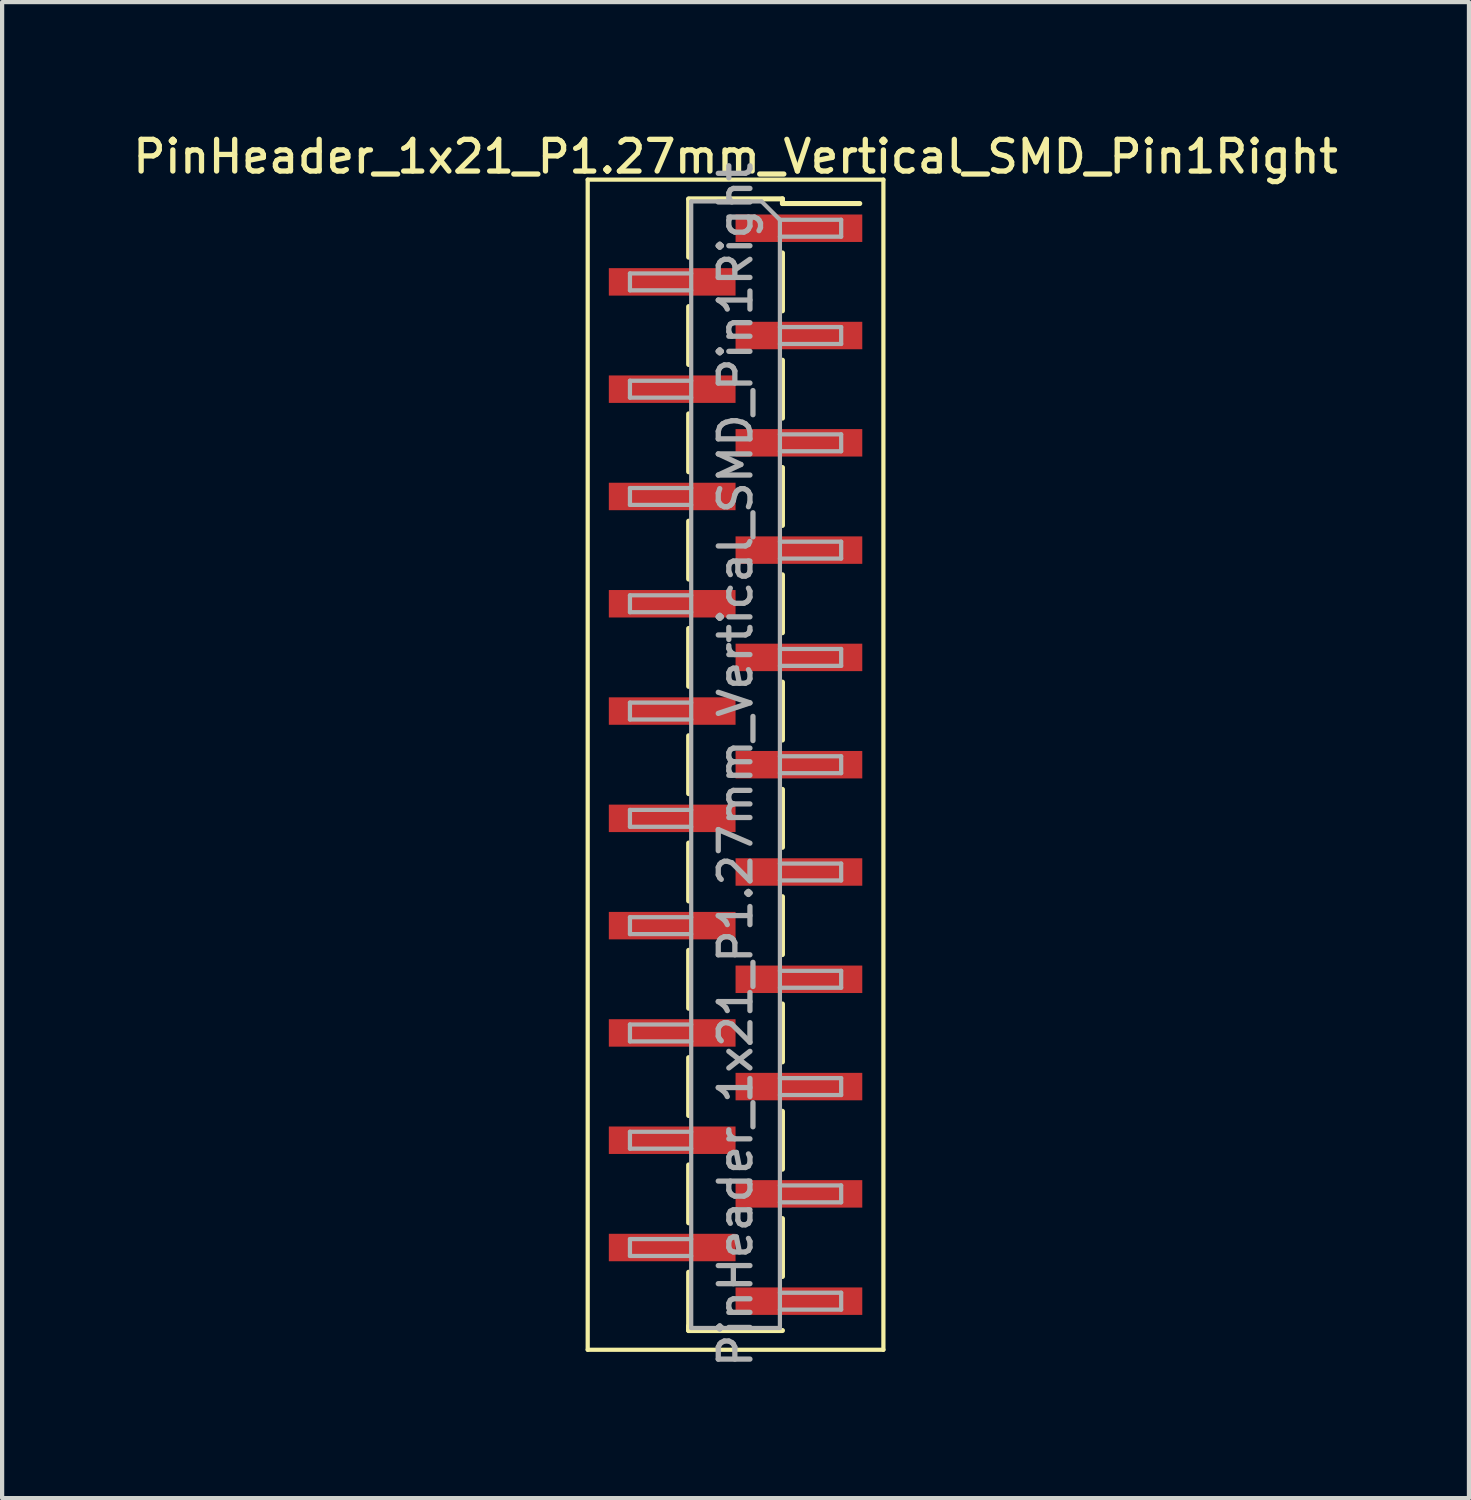
<source format=kicad_pcb>
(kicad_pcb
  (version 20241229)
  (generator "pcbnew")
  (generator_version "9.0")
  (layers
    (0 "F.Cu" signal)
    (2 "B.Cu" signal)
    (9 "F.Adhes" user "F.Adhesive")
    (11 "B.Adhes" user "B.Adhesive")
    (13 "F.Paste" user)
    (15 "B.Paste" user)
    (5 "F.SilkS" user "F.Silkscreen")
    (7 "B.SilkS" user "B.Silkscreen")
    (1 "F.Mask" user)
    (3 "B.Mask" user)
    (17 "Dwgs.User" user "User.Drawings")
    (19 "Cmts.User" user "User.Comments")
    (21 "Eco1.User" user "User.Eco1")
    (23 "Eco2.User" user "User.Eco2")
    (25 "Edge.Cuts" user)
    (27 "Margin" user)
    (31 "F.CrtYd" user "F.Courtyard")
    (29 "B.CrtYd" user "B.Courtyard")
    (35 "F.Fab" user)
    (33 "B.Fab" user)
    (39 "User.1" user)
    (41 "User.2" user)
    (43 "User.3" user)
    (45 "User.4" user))
  (footprint "PinHeader_1x21_P1.27mm_Vertical_SMD_Pin1Right"
    (layer "F.Cu")
    (at 14.363 15.053)
    (property "Reference" "PinHeader_1x21_P1.27mm_Vertical_SMD_Pin1Right" (at 0 -14.395 0) (layer "F.SilkS") (effects (font (size 0.75 0.75) (thickness 0.125))))
    (attr smd)
    (fp_line (start -3.5 -13.85) (end -3.5 13.85) (stroke (width 0.1) (type solid)) (layer "F.SilkS"))
    (fp_line (start -3.5 13.85) (end 3.5 13.85) (stroke (width 0.1) (type solid)) (layer "F.SilkS"))
    (fp_line (start -1.11 -13.395) (end 1.11 -13.395) (stroke (width 0.12) (type solid)) (layer "F.SilkS"))
    (fp_line (start -1.11 -13.385) (end -1.11 -12.015) (stroke (width 0.12) (type solid)) (layer "F.SilkS"))
    (fp_line (start -1.11 -10.845) (end -1.11 -9.475) (stroke (width 0.12) (type solid)) (layer "F.SilkS"))
    (fp_line (start -1.11 -8.305) (end -1.11 -6.935) (stroke (width 0.12) (type solid)) (layer "F.SilkS"))
    (fp_line (start -1.11 -5.765) (end -1.11 -4.395) (stroke (width 0.12) (type solid)) (layer "F.SilkS"))
    (fp_line (start -1.11 -3.225) (end -1.11 -1.855) (stroke (width 0.12) (type solid)) (layer "F.SilkS"))
    (fp_line (start -1.11 -0.685) (end -1.11 0.685) (stroke (width 0.12) (type solid)) (layer "F.SilkS"))
    (fp_line (start -1.11 1.855) (end -1.11 3.225) (stroke (width 0.12) (type solid)) (layer "F.SilkS"))
    (fp_line (start -1.11 4.395) (end -1.11 5.765) (stroke (width 0.12) (type solid)) (layer "F.SilkS"))
    (fp_line (start -1.11 6.935) (end -1.11 8.305) (stroke (width 0.12) (type solid)) (layer "F.SilkS"))
    (fp_line (start -1.11 9.475) (end -1.11 10.845) (stroke (width 0.12) (type solid)) (layer "F.SilkS"))
    (fp_line (start -1.11 12.015) (end -1.11 13.385) (stroke (width 0.12) (type solid)) (layer "F.SilkS"))
    (fp_line (start -1.11 13.285) (end -1.11 13.395) (stroke (width 0.12) (type solid)) (layer "F.SilkS"))
    (fp_line (start -1.11 13.395) (end 1.11 13.395) (stroke (width 0.12) (type solid)) (layer "F.SilkS"))
    (fp_line (start 1.11 -13.395) (end 1.11 -13.285) (stroke (width 0.12) (type solid)) (layer "F.SilkS"))
    (fp_line (start 1.11 -13.285) (end 2.94 -13.285) (stroke (width 0.12) (type solid)) (layer "F.SilkS"))
    (fp_line (start 1.11 -12.115) (end 1.11 -10.745) (stroke (width 0.12) (type solid)) (layer "F.SilkS"))
    (fp_line (start 1.11 -9.575) (end 1.11 -8.205) (stroke (width 0.12) (type solid)) (layer "F.SilkS"))
    (fp_line (start 1.11 -7.035) (end 1.11 -5.665) (stroke (width 0.12) (type solid)) (layer "F.SilkS"))
    (fp_line (start 1.11 -4.495) (end 1.11 -3.125) (stroke (width 0.12) (type solid)) (layer "F.SilkS"))
    (fp_line (start 1.11 -1.955) (end 1.11 -0.585) (stroke (width 0.12) (type solid)) (layer "F.SilkS"))
    (fp_line (start 1.11 0.585) (end 1.11 1.955) (stroke (width 0.12) (type solid)) (layer "F.SilkS"))
    (fp_line (start 1.11 3.125) (end 1.11 4.495) (stroke (width 0.12) (type solid)) (layer "F.SilkS"))
    (fp_line (start 1.11 5.665) (end 1.11 7.035) (stroke (width 0.12) (type solid)) (layer "F.SilkS"))
    (fp_line (start 1.11 8.205) (end 1.11 9.575) (stroke (width 0.12) (type solid)) (layer "F.SilkS"))
    (fp_line (start 1.11 10.745) (end 1.11 12.115) (stroke (width 0.12) (type solid)) (layer "F.SilkS"))
    (fp_line (start 3.5 -13.85) (end -3.5 -13.85) (stroke (width 0.1) (type solid)) (layer "F.SilkS"))
    (fp_line (start 3.5 13.85) (end 3.5 -13.85) (stroke (width 0.1) (type solid)) (layer "F.SilkS"))
    (fp_line (start -2.5 -11.63) (end -2.5 -11.23) (stroke (width 0.1) (type solid)) (layer "F.Fab"))
    (fp_line (start -2.5 -11.23) (end -1.05 -11.23) (stroke (width 0.1) (type solid)) (layer "F.Fab"))
    (fp_line (start -2.5 -9.09) (end -2.5 -8.69) (stroke (width 0.1) (type solid)) (layer "F.Fab"))
    (fp_line (start -2.5 -8.69) (end -1.05 -8.69) (stroke (width 0.1) (type solid)) (layer "F.Fab"))
    (fp_line (start -2.5 -6.55) (end -2.5 -6.15) (stroke (width 0.1) (type solid)) (layer "F.Fab"))
    (fp_line (start -2.5 -6.15) (end -1.05 -6.15) (stroke (width 0.1) (type solid)) (layer "F.Fab"))
    (fp_line (start -2.5 -4.01) (end -2.5 -3.61) (stroke (width 0.1) (type solid)) (layer "F.Fab"))
    (fp_line (start -2.5 -3.61) (end -1.05 -3.61) (stroke (width 0.1) (type solid)) (layer "F.Fab"))
    (fp_line (start -2.5 -1.47) (end -2.5 -1.07) (stroke (width 0.1) (type solid)) (layer "F.Fab"))
    (fp_line (start -2.5 -1.07) (end -1.05 -1.07) (stroke (width 0.1) (type solid)) (layer "F.Fab"))
    (fp_line (start -2.5 1.07) (end -2.5 1.47) (stroke (width 0.1) (type solid)) (layer "F.Fab"))
    (fp_line (start -2.5 1.47) (end -1.05 1.47) (stroke (width 0.1) (type solid)) (layer "F.Fab"))
    (fp_line (start -2.5 3.61) (end -2.5 4.01) (stroke (width 0.1) (type solid)) (layer "F.Fab"))
    (fp_line (start -2.5 4.01) (end -1.05 4.01) (stroke (width 0.1) (type solid)) (layer "F.Fab"))
    (fp_line (start -2.5 6.15) (end -2.5 6.55) (stroke (width 0.1) (type solid)) (layer "F.Fab"))
    (fp_line (start -2.5 6.55) (end -1.05 6.55) (stroke (width 0.1) (type solid)) (layer "F.Fab"))
    (fp_line (start -2.5 8.69) (end -2.5 9.09) (stroke (width 0.1) (type solid)) (layer "F.Fab"))
    (fp_line (start -2.5 9.09) (end -1.05 9.09) (stroke (width 0.1) (type solid)) (layer "F.Fab"))
    (fp_line (start -2.5 11.23) (end -2.5 11.63) (stroke (width 0.1) (type solid)) (layer "F.Fab"))
    (fp_line (start -2.5 11.63) (end -1.05 11.63) (stroke (width 0.1) (type solid)) (layer "F.Fab"))
    (fp_line (start -1.05 -13.335) (end -1.05 13.335) (stroke (width 0.1) (type solid)) (layer "F.Fab"))
    (fp_line (start -1.05 -13.335) (end 0.615 -13.335) (stroke (width 0.1) (type solid)) (layer "F.Fab"))
    (fp_line (start -1.05 -11.63) (end -2.5 -11.63) (stroke (width 0.1) (type solid)) (layer "F.Fab"))
    (fp_line (start -1.05 -9.09) (end -2.5 -9.09) (stroke (width 0.1) (type solid)) (layer "F.Fab"))
    (fp_line (start -1.05 -6.55) (end -2.5 -6.55) (stroke (width 0.1) (type solid)) (layer "F.Fab"))
    (fp_line (start -1.05 -4.01) (end -2.5 -4.01) (stroke (width 0.1) (type solid)) (layer "F.Fab"))
    (fp_line (start -1.05 -1.47) (end -2.5 -1.47) (stroke (width 0.1) (type solid)) (layer "F.Fab"))
    (fp_line (start -1.05 1.07) (end -2.5 1.07) (stroke (width 0.1) (type solid)) (layer "F.Fab"))
    (fp_line (start -1.05 3.61) (end -2.5 3.61) (stroke (width 0.1) (type solid)) (layer "F.Fab"))
    (fp_line (start -1.05 6.15) (end -2.5 6.15) (stroke (width 0.1) (type solid)) (layer "F.Fab"))
    (fp_line (start -1.05 8.69) (end -2.5 8.69) (stroke (width 0.1) (type solid)) (layer "F.Fab"))
    (fp_line (start -1.05 11.23) (end -2.5 11.23) (stroke (width 0.1) (type solid)) (layer "F.Fab"))
    (fp_line (start 1.05 -12.9) (end 0.615 -13.335) (stroke (width 0.1) (type solid)) (layer "F.Fab"))
    (fp_line (start 1.05 -12.9) (end 2.5 -12.9) (stroke (width 0.1) (type solid)) (layer "F.Fab"))
    (fp_line (start 1.05 -10.36) (end 2.5 -10.36) (stroke (width 0.1) (type solid)) (layer "F.Fab"))
    (fp_line (start 1.05 -7.82) (end 2.5 -7.82) (stroke (width 0.1) (type solid)) (layer "F.Fab"))
    (fp_line (start 1.05 -5.28) (end 2.5 -5.28) (stroke (width 0.1) (type solid)) (layer "F.Fab"))
    (fp_line (start 1.05 -2.74) (end 2.5 -2.74) (stroke (width 0.1) (type solid)) (layer "F.Fab"))
    (fp_line (start 1.05 -0.2) (end 2.5 -0.2) (stroke (width 0.1) (type solid)) (layer "F.Fab"))
    (fp_line (start 1.05 2.34) (end 2.5 2.34) (stroke (width 0.1) (type solid)) (layer "F.Fab"))
    (fp_line (start 1.05 4.88) (end 2.5 4.88) (stroke (width 0.1) (type solid)) (layer "F.Fab"))
    (fp_line (start 1.05 7.42) (end 2.5 7.42) (stroke (width 0.1) (type solid)) (layer "F.Fab"))
    (fp_line (start 1.05 9.96) (end 2.5 9.96) (stroke (width 0.1) (type solid)) (layer "F.Fab"))
    (fp_line (start 1.05 12.5) (end 2.5 12.5) (stroke (width 0.1) (type solid)) (layer "F.Fab"))
    (fp_line (start 1.05 13.335) (end -1.05 13.335) (stroke (width 0.1) (type solid)) (layer "F.Fab"))
    (fp_line (start 1.05 13.335) (end 1.05 -12.9) (stroke (width 0.1) (type solid)) (layer "F.Fab"))
    (fp_line (start 2.5 -12.9) (end 2.5 -12.5) (stroke (width 0.1) (type solid)) (layer "F.Fab"))
    (fp_line (start 2.5 -12.5) (end 1.05 -12.5) (stroke (width 0.1) (type solid)) (layer "F.Fab"))
    (fp_line (start 2.5 -10.36) (end 2.5 -9.96) (stroke (width 0.1) (type solid)) (layer "F.Fab"))
    (fp_line (start 2.5 -9.96) (end 1.05 -9.96) (stroke (width 0.1) (type solid)) (layer "F.Fab"))
    (fp_line (start 2.5 -7.82) (end 2.5 -7.42) (stroke (width 0.1) (type solid)) (layer "F.Fab"))
    (fp_line (start 2.5 -7.42) (end 1.05 -7.42) (stroke (width 0.1) (type solid)) (layer "F.Fab"))
    (fp_line (start 2.5 -5.28) (end 2.5 -4.88) (stroke (width 0.1) (type solid)) (layer "F.Fab"))
    (fp_line (start 2.5 -4.88) (end 1.05 -4.88) (stroke (width 0.1) (type solid)) (layer "F.Fab"))
    (fp_line (start 2.5 -2.74) (end 2.5 -2.34) (stroke (width 0.1) (type solid)) (layer "F.Fab"))
    (fp_line (start 2.5 -2.34) (end 1.05 -2.34) (stroke (width 0.1) (type solid)) (layer "F.Fab"))
    (fp_line (start 2.5 -0.2) (end 2.5 0.2) (stroke (width 0.1) (type solid)) (layer "F.Fab"))
    (fp_line (start 2.5 0.2) (end 1.05 0.2) (stroke (width 0.1) (type solid)) (layer "F.Fab"))
    (fp_line (start 2.5 2.34) (end 2.5 2.74) (stroke (width 0.1) (type solid)) (layer "F.Fab"))
    (fp_line (start 2.5 2.74) (end 1.05 2.74) (stroke (width 0.1) (type solid)) (layer "F.Fab"))
    (fp_line (start 2.5 4.88) (end 2.5 5.28) (stroke (width 0.1) (type solid)) (layer "F.Fab"))
    (fp_line (start 2.5 5.28) (end 1.05 5.28) (stroke (width 0.1) (type solid)) (layer "F.Fab"))
    (fp_line (start 2.5 7.42) (end 2.5 7.82) (stroke (width 0.1) (type solid)) (layer "F.Fab"))
    (fp_line (start 2.5 7.82) (end 1.05 7.82) (stroke (width 0.1) (type solid)) (layer "F.Fab"))
    (fp_line (start 2.5 9.96) (end 2.5 10.36) (stroke (width 0.1) (type solid)) (layer "F.Fab"))
    (fp_line (start 2.5 10.36) (end 1.05 10.36) (stroke (width 0.1) (type solid)) (layer "F.Fab"))
    (fp_line (start 2.5 12.5) (end 2.5 12.9) (stroke (width 0.1) (type solid)) (layer "F.Fab"))
    (fp_line (start 2.5 12.9) (end 1.05 12.9) (stroke (width 0.1) (type solid)) (layer "F.Fab"))
    (fp_text user "${REFERENCE}" (at 0 0 90) (layer "F.Fab") (effects (font (size 0.75 0.75) (thickness 0.125))))
    (pad "1" smd rect (at 1.5 -12.7) (size 3 0.65) (layers "F.Cu" "F.Mask" "F.Paste"))
    (pad "2" smd rect (at -1.5 -11.43) (size 3 0.65) (layers "F.Cu" "F.Mask" "F.Paste"))
    (pad "3" smd rect (at 1.5 -10.16) (size 3 0.65) (layers "F.Cu" "F.Mask" "F.Paste"))
    (pad "4" smd rect (at -1.5 -8.89) (size 3 0.65) (layers "F.Cu" "F.Mask" "F.Paste"))
    (pad "5" smd rect (at 1.5 -7.62) (size 3 0.65) (layers "F.Cu" "F.Mask" "F.Paste"))
    (pad "6" smd rect (at -1.5 -6.35) (size 3 0.65) (layers "F.Cu" "F.Mask" "F.Paste"))
    (pad "7" smd rect (at 1.5 -5.08) (size 3 0.65) (layers "F.Cu" "F.Mask" "F.Paste"))
    (pad "8" smd rect (at -1.5 -3.81) (size 3 0.65) (layers "F.Cu" "F.Mask" "F.Paste"))
    (pad "9" smd rect (at 1.5 -2.54) (size 3 0.65) (layers "F.Cu" "F.Mask" "F.Paste"))
    (pad "10" smd rect (at -1.5 -1.27) (size 3 0.65) (layers "F.Cu" "F.Mask" "F.Paste"))
    (pad "11" smd rect (at 1.5 0) (size 3 0.65) (layers "F.Cu" "F.Mask" "F.Paste"))
    (pad "12" smd rect (at -1.5 1.27) (size 3 0.65) (layers "F.Cu" "F.Mask" "F.Paste"))
    (pad "13" smd rect (at 1.5 2.54) (size 3 0.65) (layers "F.Cu" "F.Mask" "F.Paste"))
    (pad "14" smd rect (at -1.5 3.81) (size 3 0.65) (layers "F.Cu" "F.Mask" "F.Paste"))
    (pad "15" smd rect (at 1.5 5.08) (size 3 0.65) (layers "F.Cu" "F.Mask" "F.Paste"))
    (pad "16" smd rect (at -1.5 6.35) (size 3 0.65) (layers "F.Cu" "F.Mask" "F.Paste"))
    (pad "17" smd rect (at 1.5 7.62) (size 3 0.65) (layers "F.Cu" "F.Mask" "F.Paste"))
    (pad "18" smd rect (at -1.5 8.89) (size 3 0.65) (layers "F.Cu" "F.Mask" "F.Paste"))
    (pad "19" smd rect (at 1.5 10.16) (size 3 0.65) (layers "F.Cu" "F.Mask" "F.Paste"))
    (pad "20" smd rect (at -1.5 11.43) (size 3 0.65) (layers "F.Cu" "F.Mask" "F.Paste"))
    (pad "21" smd rect (at 1.5 12.7) (size 3 0.65) (layers "F.Cu" "F.Mask" "F.Paste")))
  (gr_rect
    (start -3 -3)
    (end 31.725 32.416)
    (stroke (width 0.1) (type default))
    (fill no)
    (layer "Edge.Cuts")))
</source>
